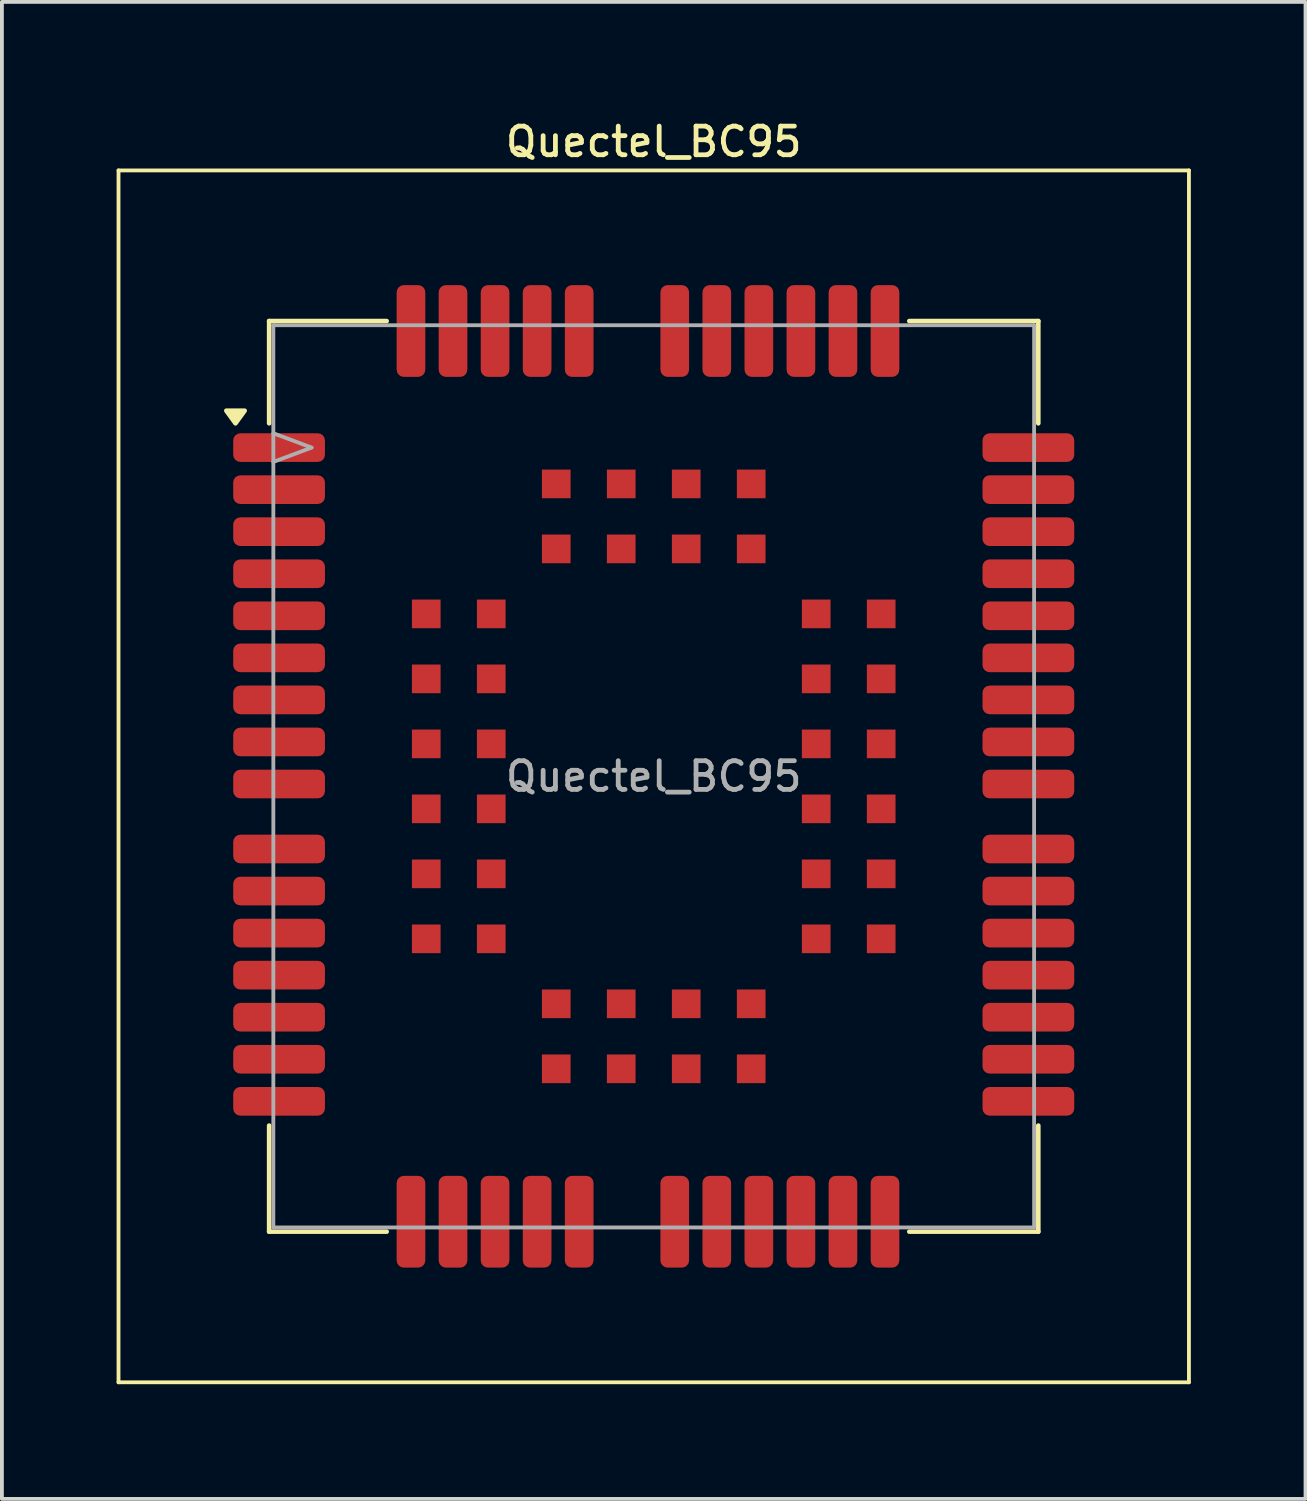
<source format=kicad_pcb>
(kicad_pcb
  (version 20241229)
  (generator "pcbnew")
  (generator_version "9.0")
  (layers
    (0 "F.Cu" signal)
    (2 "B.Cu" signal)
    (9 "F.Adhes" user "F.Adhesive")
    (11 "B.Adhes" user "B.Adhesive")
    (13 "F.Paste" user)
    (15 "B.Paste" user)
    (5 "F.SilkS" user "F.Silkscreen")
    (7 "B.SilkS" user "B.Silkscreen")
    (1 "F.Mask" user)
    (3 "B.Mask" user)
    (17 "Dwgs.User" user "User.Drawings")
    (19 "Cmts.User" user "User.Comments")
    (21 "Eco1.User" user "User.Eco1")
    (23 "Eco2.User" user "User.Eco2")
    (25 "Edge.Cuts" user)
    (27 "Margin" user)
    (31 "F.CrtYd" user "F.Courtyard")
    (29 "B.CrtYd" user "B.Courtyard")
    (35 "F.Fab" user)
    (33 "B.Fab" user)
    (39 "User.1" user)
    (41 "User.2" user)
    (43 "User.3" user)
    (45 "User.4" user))
  (footprint "Quectel_BC95"
    (layer "F.Cu")
    (at 14.05 17.258)
    (property "Reference" "Quectel_BC95" (at 0 -16.6 0) (unlocked yes) (layer "F.SilkS") (effects (font (size 0.75 0.75) (thickness 0.125))))
    (attr smd)
    (fp_line (start -14 -15.85) (end -14 15.85) (stroke (width 0.1) (type solid)) (layer "F.SilkS"))
    (fp_line (start -14 -15.85) (end 14 -15.85) (stroke (width 0.1) (type solid)) (layer "F.SilkS"))
    (fp_line (start -14 15.85) (end 14 15.85) (stroke (width 0.1) (type solid)) (layer "F.SilkS"))
    (fp_line (start -10.06 -11.91) (end -10.06 -9.235) (stroke (width 0.12) (type solid)) (layer "F.SilkS"))
    (fp_line (start -10.06 -11.91) (end -6.985 -11.91) (stroke (width 0.12) (type solid)) (layer "F.SilkS"))
    (fp_line (start -10.06 9.135) (end -10.06 11.91) (stroke (width 0.12) (type solid)) (layer "F.SilkS"))
    (fp_line (start -10.06 11.91) (end -6.985 11.91) (stroke (width 0.12) (type solid)) (layer "F.SilkS"))
    (fp_line (start 6.685 -11.91) (end 10.06 -11.91) (stroke (width 0.12) (type solid)) (layer "F.SilkS"))
    (fp_line (start 6.685 11.91) (end 10.06 11.91) (stroke (width 0.12) (type solid)) (layer "F.SilkS"))
    (fp_line (start 10.06 -11.91) (end 10.06 -9.235) (stroke (width 0.12) (type solid)) (layer "F.SilkS"))
    (fp_line (start 10.06 11.91) (end 10.06 9.135) (stroke (width 0.12) (type solid)) (layer "F.SilkS"))
    (fp_line (start 14 -15.85) (end 14 15.85) (stroke (width 0.1) (type solid)) (layer "F.SilkS"))
    (fp_poly (pts (xy -10.94 -9.235) (xy -11.18 -9.565) (xy -10.7 -9.565) (xy -10.94 -9.235)) (stroke (width 0.12) (type solid)) (fill yes) (layer "F.SilkS"))
    (fp_line (start -9.95 -11.8) (end -9.95 11.8) (stroke (width 0.1) (type solid)) (layer "F.Fab"))
    (fp_line (start -9.95 -11.8) (end 9.95 -11.8) (stroke (width 0.1) (type solid)) (layer "F.Fab"))
    (fp_line (start -9.95 -8.975) (end -8.95 -8.6) (stroke (width 0.1) (type solid)) (layer "F.Fab"))
    (fp_line (start -9.95 11.8) (end 9.95 11.8) (stroke (width 0.1) (type solid)) (layer "F.Fab"))
    (fp_line (start -8.95 -8.6) (end -9.95 -8.225) (stroke (width 0.1) (type solid)) (layer "F.Fab"))
    (fp_line (start 9.95 -11.8) (end 9.95 11.8) (stroke (width 0.1) (type solid)) (layer "F.Fab"))
    (fp_text user "${REFERENCE}" (at 0 0 0) (layer "F.Fab") (effects (font (size 0.75 0.75) (thickness 0.125))))
    (pad "" smd roundrect (at -10.1 -8.6) (size 2.6 0.637) (layers "F.Paste") (roundrect_rratio 0.25))
    (pad "" smd roundrect (at -10.1 -7.5) (size 2.6 0.637) (layers "F.Paste") (roundrect_rratio 0.25))
    (pad "" smd roundrect (at -10.1 -6.4) (size 2.6 0.637) (layers "F.Paste") (roundrect_rratio 0.25))
    (pad "" smd roundrect (at -10.1 -5.3) (size 2.6 0.637) (layers "F.Paste") (roundrect_rratio 0.25))
    (pad "" smd roundrect (at -10.1 -4.2) (size 2.6 0.637) (layers "F.Paste") (roundrect_rratio 0.25))
    (pad "" smd roundrect (at -10.1 -3.1) (size 2.6 0.637) (layers "F.Paste") (roundrect_rratio 0.25))
    (pad "" smd roundrect (at -10.1 -2) (size 2.6 0.637) (layers "F.Paste") (roundrect_rratio 0.25))
    (pad "" smd roundrect (at -10.1 -0.9) (size 2.6 0.637) (layers "F.Paste") (roundrect_rratio 0.25))
    (pad "" smd roundrect (at -10.1 0.2) (size 2.6 0.637) (layers "F.Paste") (roundrect_rratio 0.25))
    (pad "" smd roundrect (at -10.1 1.9) (size 2.6 0.637) (layers "F.Paste") (roundrect_rratio 0.25))
    (pad "" smd roundrect (at -10.1 3) (size 2.6 0.637) (layers "F.Paste") (roundrect_rratio 0.25))
    (pad "" smd roundrect (at -10.1 4.1) (size 2.6 0.637) (layers "F.Paste") (roundrect_rratio 0.25))
    (pad "" smd roundrect (at -10.1 5.2) (size 2.6 0.637) (layers "F.Paste") (roundrect_rratio 0.25))
    (pad "" smd roundrect (at -10.1 6.3) (size 2.6 0.637) (layers "F.Paste") (roundrect_rratio 0.25))
    (pad "" smd roundrect (at -10.1 7.4) (size 2.6 0.637) (layers "F.Paste") (roundrect_rratio 0.25))
    (pad "" smd roundrect (at -10.1 8.5) (size 2.6 0.637) (layers "F.Paste") (roundrect_rratio 0.25))
    (pad "" smd roundrect (at -6.35 -11.95 90) (size 2.6 0.637) (layers "F.Paste") (roundrect_rratio 0.25))
    (pad "" smd roundrect (at -6.35 11.95 90) (size 2.6 0.637) (layers "F.Paste") (roundrect_rratio 0.25))
    (pad "" smd circle (at -5.95 -4.25) (size 0.9 0.9) (layers "F.Paste"))
    (pad "" smd circle (at -5.95 -2.55) (size 0.9 0.9) (layers "F.Paste"))
    (pad "" smd circle (at -5.95 -0.85) (size 0.9 0.9) (layers "F.Paste"))
    (pad "" smd circle (at -5.95 0.85) (size 0.9 0.9) (layers "F.Paste"))
    (pad "" smd circle (at -5.95 2.55) (size 0.9 0.9) (layers "F.Paste"))
    (pad "" smd circle (at -5.95 4.25) (size 0.9 0.9) (layers "F.Paste"))
    (pad "" smd roundrect (at -5.25 -11.95 90) (size 2.6 0.637) (layers "F.Paste") (roundrect_rratio 0.25))
    (pad "" smd roundrect (at -5.25 11.95 90) (size 2.6 0.637) (layers "F.Paste") (roundrect_rratio 0.25))
    (pad "" smd circle (at -4.25 -4.25) (size 0.9 0.9) (layers "F.Paste"))
    (pad "" smd circle (at -4.25 -2.55) (size 0.9 0.9) (layers "F.Paste"))
    (pad "" smd circle (at -4.25 -0.85) (size 0.9 0.9) (layers "F.Paste"))
    (pad "" smd circle (at -4.25 0.85) (size 0.9 0.9) (layers "F.Paste"))
    (pad "" smd circle (at -4.25 2.55) (size 0.9 0.9) (layers "F.Paste"))
    (pad "" smd circle (at -4.25 4.25) (size 0.9 0.9) (layers "F.Paste"))
    (pad "" smd roundrect (at -4.15 -11.95 90) (size 2.6 0.637) (layers "F.Paste") (roundrect_rratio 0.25))
    (pad "" smd roundrect (at -4.15 11.95 90) (size 2.6 0.637) (layers "F.Paste") (roundrect_rratio 0.25))
    (pad "" smd roundrect (at -3.05 -11.95 90) (size 2.6 0.637) (layers "F.Paste") (roundrect_rratio 0.25))
    (pad "" smd roundrect (at -3.05 11.95 90) (size 2.6 0.637) (layers "F.Paste") (roundrect_rratio 0.25))
    (pad "" smd circle (at -2.55 -7.65) (size 0.9 0.9) (layers "F.Paste"))
    (pad "" smd circle (at -2.55 -5.95) (size 0.9 0.9) (layers "F.Paste"))
    (pad "" smd circle (at -2.55 5.95) (size 0.9 0.9) (layers "F.Paste"))
    (pad "" smd circle (at -2.55 7.65) (size 0.9 0.9) (layers "F.Paste"))
    (pad "" smd roundrect (at -1.95 -11.95 90) (size 2.6 0.637) (layers "F.Paste") (roundrect_rratio 0.25))
    (pad "" smd roundrect (at -1.95 11.95 90) (size 2.6 0.637) (layers "F.Paste") (roundrect_rratio 0.25))
    (pad "" smd circle (at -0.85 -7.65) (size 0.9 0.9) (layers "F.Paste"))
    (pad "" smd circle (at -0.85 -5.95) (size 0.9 0.9) (layers "F.Paste"))
    (pad "" smd circle (at -0.85 5.95) (size 0.9 0.9) (layers "F.Paste"))
    (pad "" smd circle (at -0.85 7.65) (size 0.9 0.9) (layers "F.Paste"))
    (pad "" smd roundrect (at 0.55 -11.95 90) (size 2.6 0.637) (layers "F.Paste") (roundrect_rratio 0.25))
    (pad "" smd roundrect (at 0.55 11.95 90) (size 2.6 0.637) (layers "F.Paste") (roundrect_rratio 0.25))
    (pad "" smd circle (at 0.85 -7.65) (size 0.9 0.9) (layers "F.Paste"))
    (pad "" smd circle (at 0.85 -5.95) (size 0.9 0.9) (layers "F.Paste"))
    (pad "" smd circle (at 0.85 5.95) (size 0.9 0.9) (layers "F.Paste"))
    (pad "" smd circle (at 0.85 7.65) (size 0.9 0.9) (layers "F.Paste"))
    (pad "" smd roundrect (at 1.65 -11.95 90) (size 2.6 0.637) (layers "F.Paste") (roundrect_rratio 0.25))
    (pad "" smd roundrect (at 1.65 11.95 90) (size 2.6 0.637) (layers "F.Paste") (roundrect_rratio 0.25))
    (pad "" smd circle (at 2.55 -7.65) (size 0.9 0.9) (layers "F.Paste"))
    (pad "" smd circle (at 2.55 -5.95) (size 0.9 0.9) (layers "F.Paste"))
    (pad "" smd circle (at 2.55 5.95) (size 0.9 0.9) (layers "F.Paste"))
    (pad "" smd circle (at 2.55 7.65) (size 0.9 0.9) (layers "F.Paste"))
    (pad "" smd roundrect (at 2.75 -11.95 90) (size 2.6 0.637) (layers "F.Paste") (roundrect_rratio 0.25))
    (pad "" smd roundrect (at 2.75 11.95 90) (size 2.6 0.637) (layers "F.Paste") (roundrect_rratio 0.25))
    (pad "" smd roundrect (at 3.85 -11.95 90) (size 2.6 0.637) (layers "F.Paste") (roundrect_rratio 0.25))
    (pad "" smd roundrect (at 3.85 11.95 90) (size 2.6 0.637) (layers "F.Paste") (roundrect_rratio 0.25))
    (pad "" smd circle (at 4.25 -4.25) (size 0.9 0.9) (layers "F.Paste"))
    (pad "" smd circle (at 4.25 -2.55) (size 0.9 0.9) (layers "F.Paste"))
    (pad "" smd circle (at 4.25 -0.85) (size 0.9 0.9) (layers "F.Paste"))
    (pad "" smd circle (at 4.25 0.85) (size 0.9 0.9) (layers "F.Paste"))
    (pad "" smd circle (at 4.25 2.55) (size 0.9 0.9) (layers "F.Paste"))
    (pad "" smd circle (at 4.25 4.25) (size 0.9 0.9) (layers "F.Paste"))
    (pad "" smd roundrect (at 4.95 -11.95 90) (size 2.6 0.637) (layers "F.Paste") (roundrect_rratio 0.25))
    (pad "" smd roundrect (at 4.95 11.95 90) (size 2.6 0.637) (layers "F.Paste") (roundrect_rratio 0.25))
    (pad "" smd circle (at 5.95 -4.25) (size 0.9 0.9) (layers "F.Paste"))
    (pad "" smd circle (at 5.95 -2.55) (size 0.9 0.9) (layers "F.Paste"))
    (pad "" smd circle (at 5.95 -0.85) (size 0.9 0.9) (layers "F.Paste"))
    (pad "" smd circle (at 5.95 0.85) (size 0.9 0.9) (layers "F.Paste"))
    (pad "" smd circle (at 5.95 2.55) (size 0.9 0.9) (layers "F.Paste"))
    (pad "" smd circle (at 5.95 4.25) (size 0.9 0.9) (layers "F.Paste"))
    (pad "" smd roundrect (at 6.05 -11.95 90) (size 2.6 0.637) (layers "F.Paste") (roundrect_rratio 0.25))
    (pad "" smd roundrect (at 6.05 11.95 90) (size 2.6 0.637) (layers "F.Paste") (roundrect_rratio 0.25))
    (pad "" smd roundrect (at 10.1 -8.6) (size 2.6 0.637) (layers "F.Paste") (roundrect_rratio 0.25))
    (pad "" smd roundrect (at 10.1 -7.5) (size 2.6 0.637) (layers "F.Paste") (roundrect_rratio 0.25))
    (pad "" smd roundrect (at 10.1 -6.4) (size 2.6 0.637) (layers "F.Paste") (roundrect_rratio 0.25))
    (pad "" smd roundrect (at 10.1 -5.3) (size 2.6 0.637) (layers "F.Paste") (roundrect_rratio 0.25))
    (pad "" smd roundrect (at 10.1 -4.2) (size 2.6 0.637) (layers "F.Paste") (roundrect_rratio 0.25))
    (pad "" smd roundrect (at 10.1 -3.1) (size 2.6 0.637) (layers "F.Paste") (roundrect_rratio 0.25))
    (pad "" smd roundrect (at 10.1 -2) (size 2.6 0.637) (layers "F.Paste") (roundrect_rratio 0.25))
    (pad "" smd roundrect (at 10.1 -0.9) (size 2.6 0.637) (layers "F.Paste") (roundrect_rratio 0.25))
    (pad "" smd roundrect (at 10.1 0.2) (size 2.6 0.637) (layers "F.Paste") (roundrect_rratio 0.25))
    (pad "" smd roundrect (at 10.1 1.9) (size 2.6 0.637) (layers "F.Paste") (roundrect_rratio 0.25))
    (pad "" smd roundrect (at 10.1 3) (size 2.6 0.637) (layers "F.Paste") (roundrect_rratio 0.25))
    (pad "" smd roundrect (at 10.1 4.1) (size 2.6 0.637) (layers "F.Paste") (roundrect_rratio 0.25))
    (pad "" smd roundrect (at 10.1 5.2) (size 2.6 0.637) (layers "F.Paste") (roundrect_rratio 0.25))
    (pad "" smd roundrect (at 10.1 6.3) (size 2.6 0.637) (layers "F.Paste") (roundrect_rratio 0.25))
    (pad "" smd roundrect (at 10.1 7.4) (size 2.6 0.637) (layers "F.Paste") (roundrect_rratio 0.25))
    (pad "" smd roundrect (at 10.1 8.5) (size 2.6 0.637) (layers "F.Paste") (roundrect_rratio 0.25))
    (pad "1" smd roundrect (at -9.8 -8.6) (size 2.4 0.75) (layers "F.Cu" "F.Mask") (roundrect_rratio 0.25))
    (pad "2" smd roundrect (at -9.8 -7.5) (size 2.4 0.75) (layers "F.Cu" "F.Mask") (roundrect_rratio 0.25))
    (pad "3" smd roundrect (at -9.8 -6.4) (size 2.4 0.75) (layers "F.Cu" "F.Mask") (roundrect_rratio 0.25))
    (pad "4" smd roundrect (at -9.8 -5.3) (size 2.4 0.75) (layers "F.Cu" "F.Mask") (roundrect_rratio 0.25))
    (pad "5" smd roundrect (at -9.8 -4.2) (size 2.4 0.75) (layers "F.Cu" "F.Mask") (roundrect_rratio 0.25))
    (pad "6" smd roundrect (at -9.8 -3.1) (size 2.4 0.75) (layers "F.Cu" "F.Mask") (roundrect_rratio 0.25))
    (pad "7" smd roundrect (at -9.8 -2) (size 2.4 0.75) (layers "F.Cu" "F.Mask") (roundrect_rratio 0.25))
    (pad "8" smd roundrect (at -9.8 -0.9) (size 2.4 0.75) (layers "F.Cu" "F.Mask") (roundrect_rratio 0.25))
    (pad "9" smd roundrect (at -9.8 0.2) (size 2.4 0.75) (layers "F.Cu" "F.Mask") (roundrect_rratio 0.25))
    (pad "10" smd roundrect (at -9.8 1.9) (size 2.4 0.75) (layers "F.Cu" "F.Mask") (roundrect_rratio 0.25))
    (pad "11" smd roundrect (at -9.8 3) (size 2.4 0.75) (layers "F.Cu" "F.Mask") (roundrect_rratio 0.25))
    (pad "12" smd roundrect (at -9.8 4.1) (size 2.4 0.75) (layers "F.Cu" "F.Mask") (roundrect_rratio 0.25))
    (pad "13" smd roundrect (at -9.8 5.2) (size 2.4 0.75) (layers "F.Cu" "F.Mask") (roundrect_rratio 0.25))
    (pad "14" smd roundrect (at -9.8 6.3) (size 2.4 0.75) (layers "F.Cu" "F.Mask") (roundrect_rratio 0.25))
    (pad "15" smd roundrect (at -9.8 7.4) (size 2.4 0.75) (layers "F.Cu" "F.Mask") (roundrect_rratio 0.25))
    (pad "16" smd roundrect (at -9.8 8.5) (size 2.4 0.75) (layers "F.Cu" "F.Mask") (roundrect_rratio 0.25))
    (pad "17" smd roundrect (at -6.35 11.65) (size 0.75 2.4) (layers "F.Cu" "F.Mask") (roundrect_rratio 0.25))
    (pad "18" smd roundrect (at -5.25 11.65) (size 0.75 2.4) (layers "F.Cu" "F.Mask") (roundrect_rratio 0.25))
    (pad "19" smd roundrect (at -4.15 11.65) (size 0.75 2.4) (layers "F.Cu" "F.Mask") (roundrect_rratio 0.25))
    (pad "20" smd roundrect (at -3.05 11.65) (size 0.75 2.4) (layers "F.Cu" "F.Mask") (roundrect_rratio 0.25))
    (pad "21" smd roundrect (at -1.95 11.65) (size 0.75 2.4) (layers "F.Cu" "F.Mask") (roundrect_rratio 0.25))
    (pad "22" smd roundrect (at 0.55 11.65) (size 0.75 2.4) (layers "F.Cu" "F.Mask") (roundrect_rratio 0.25))
    (pad "23" smd roundrect (at 1.65 11.65) (size 0.75 2.4) (layers "F.Cu" "F.Mask") (roundrect_rratio 0.25))
    (pad "24" smd roundrect (at 2.75 11.65) (size 0.75 2.4) (layers "F.Cu" "F.Mask") (roundrect_rratio 0.25))
    (pad "25" smd roundrect (at 3.85 11.65) (size 0.75 2.4) (layers "F.Cu" "F.Mask") (roundrect_rratio 0.25))
    (pad "26" smd roundrect (at 4.95 11.65) (size 0.75 2.4) (layers "F.Cu" "F.Mask") (roundrect_rratio 0.25))
    (pad "27" smd roundrect (at 6.05 11.65) (size 0.75 2.4) (layers "F.Cu" "F.Mask") (roundrect_rratio 0.25))
    (pad "28" smd roundrect (at 9.8 8.5) (size 2.4 0.75) (layers "F.Cu" "F.Mask") (roundrect_rratio 0.25))
    (pad "29" smd roundrect (at 9.8 7.4) (size 2.4 0.75) (layers "F.Cu" "F.Mask") (roundrect_rratio 0.25))
    (pad "30" smd roundrect (at 9.8 6.3) (size 2.4 0.75) (layers "F.Cu" "F.Mask") (roundrect_rratio 0.25))
    (pad "31" smd roundrect (at 9.8 5.2) (size 2.4 0.75) (layers "F.Cu" "F.Mask") (roundrect_rratio 0.25))
    (pad "32" smd roundrect (at 9.8 4.1) (size 2.4 0.75) (layers "F.Cu" "F.Mask") (roundrect_rratio 0.25))
    (pad "33" smd roundrect (at 9.8 3) (size 2.4 0.75) (layers "F.Cu" "F.Mask") (roundrect_rratio 0.25))
    (pad "34" smd roundrect (at 9.8 1.9) (size 2.4 0.75) (layers "F.Cu" "F.Mask") (roundrect_rratio 0.25))
    (pad "35" smd roundrect (at 9.8 0.2) (size 2.4 0.75) (layers "F.Cu" "F.Mask") (roundrect_rratio 0.25))
    (pad "36" smd roundrect (at 9.8 -0.9) (size 2.4 0.75) (layers "F.Cu" "F.Mask") (roundrect_rratio 0.25))
    (pad "37" smd roundrect (at 9.8 -2) (size 2.4 0.75) (layers "F.Cu" "F.Mask") (roundrect_rratio 0.25))
    (pad "38" smd roundrect (at 9.8 -3.1) (size 2.4 0.75) (layers "F.Cu" "F.Mask") (roundrect_rratio 0.25))
    (pad "39" smd roundrect (at 9.8 -4.2) (size 2.4 0.75) (layers "F.Cu" "F.Mask") (roundrect_rratio 0.25))
    (pad "40" smd roundrect (at 9.8 -5.3) (size 2.4 0.75) (layers "F.Cu" "F.Mask") (roundrect_rratio 0.25))
    (pad "41" smd roundrect (at 9.8 -6.4) (size 2.4 0.75) (layers "F.Cu" "F.Mask") (roundrect_rratio 0.25))
    (pad "42" smd roundrect (at 9.8 -7.5) (size 2.4 0.75) (layers "F.Cu" "F.Mask") (roundrect_rratio 0.25))
    (pad "43" smd roundrect (at 9.8 -8.6) (size 2.4 0.75) (layers "F.Cu" "F.Mask") (roundrect_rratio 0.25))
    (pad "44" smd roundrect (at 6.05 -11.65) (size 0.75 2.4) (layers "F.Cu" "F.Mask") (roundrect_rratio 0.25))
    (pad "45" smd roundrect (at 4.95 -11.65) (size 0.75 2.4) (layers "F.Cu" "F.Mask") (roundrect_rratio 0.25))
    (pad "46" smd roundrect (at 3.85 -11.65) (size 0.75 2.4) (layers "F.Cu" "F.Mask") (roundrect_rratio 0.25))
    (pad "47" smd roundrect (at 2.75 -11.65) (size 0.75 2.4) (layers "F.Cu" "F.Mask") (roundrect_rratio 0.25))
    (pad "48" smd roundrect (at 1.65 -11.65) (size 0.75 2.4) (layers "F.Cu" "F.Mask") (roundrect_rratio 0.25))
    (pad "49" smd roundrect (at 0.55 -11.65) (size 0.75 2.4) (layers "F.Cu" "F.Mask") (roundrect_rratio 0.25))
    (pad "50" smd roundrect (at -1.95 -11.65) (size 0.75 2.4) (layers "F.Cu" "F.Mask") (roundrect_rratio 0.25))
    (pad "51" smd roundrect (at -3.05 -11.65) (size 0.75 2.4) (layers "F.Cu" "F.Mask") (roundrect_rratio 0.25))
    (pad "52" smd roundrect (at -4.15 -11.65) (size 0.75 2.4) (layers "F.Cu" "F.Mask") (roundrect_rratio 0.25))
    (pad "53" smd roundrect (at -5.25 -11.65) (size 0.75 2.4) (layers "F.Cu" "F.Mask") (roundrect_rratio 0.25))
    (pad "54" smd roundrect (at -6.35 -11.65) (size 0.75 2.4) (layers "F.Cu" "F.Mask") (roundrect_rratio 0.25))
    (pad "55" smd rect (at -5.95 -4.25) (size 0.75 0.75) (layers "F.Cu" "F.Mask"))
    (pad "56" smd rect (at -5.95 -2.55) (size 0.75 0.75) (layers "F.Cu" "F.Mask"))
    (pad "57" smd rect (at -5.95 -0.85) (size 0.75 0.75) (layers "F.Cu" "F.Mask"))
    (pad "58" smd rect (at -5.95 0.85) (size 0.75 0.75) (layers "F.Cu" "F.Mask"))
    (pad "59" smd rect (at -5.95 2.55) (size 0.75 0.75) (layers "F.Cu" "F.Mask"))
    (pad "60" smd rect (at -5.95 4.25) (size 0.75 0.75) (layers "F.Cu" "F.Mask"))
    (pad "61" smd rect (at -2.55 7.65) (size 0.75 0.75) (layers "F.Cu" "F.Mask"))
    (pad "62" smd rect (at -0.85 7.65) (size 0.75 0.75) (layers "F.Cu" "F.Mask"))
    (pad "63" smd rect (at 0.85 7.65) (size 0.75 0.75) (layers "F.Cu" "F.Mask"))
    (pad "64" smd rect (at 2.55 7.65) (size 0.75 0.75) (layers "F.Cu" "F.Mask"))
    (pad "65" smd rect (at 5.95 4.25) (size 0.75 0.75) (layers "F.Cu" "F.Mask"))
    (pad "66" smd rect (at 5.95 2.55) (size 0.75 0.75) (layers "F.Cu" "F.Mask"))
    (pad "67" smd rect (at 5.95 0.85) (size 0.75 0.75) (layers "F.Cu" "F.Mask"))
    (pad "68" smd rect (at 5.95 -0.85) (size 0.75 0.75) (layers "F.Cu" "F.Mask"))
    (pad "69" smd rect (at 5.95 -2.55) (size 0.75 0.75) (layers "F.Cu" "F.Mask"))
    (pad "70" smd rect (at 5.95 -4.25) (size 0.75 0.75) (layers "F.Cu" "F.Mask"))
    (pad "71" smd rect (at 2.55 -7.65) (size 0.75 0.75) (layers "F.Cu" "F.Mask"))
    (pad "72" smd rect (at 0.85 -7.65) (size 0.75 0.75) (layers "F.Cu" "F.Mask"))
    (pad "73" smd rect (at -0.85 -7.65) (size 0.75 0.75) (layers "F.Cu" "F.Mask"))
    (pad "74" smd rect (at -2.55 -7.65) (size 0.75 0.75) (layers "F.Cu" "F.Mask"))
    (pad "75" smd rect (at -4.25 -4.25) (size 0.75 0.75) (layers "F.Cu" "F.Mask"))
    (pad "76" smd rect (at -4.25 -2.55) (size 0.75 0.75) (layers "F.Cu" "F.Mask"))
    (pad "77" smd rect (at -4.25 -0.85) (size 0.75 0.75) (layers "F.Cu" "F.Mask"))
    (pad "78" smd rect (at -4.25 0.85) (size 0.75 0.75) (layers "F.Cu" "F.Mask"))
    (pad "79" smd rect (at -4.25 2.55) (size 0.75 0.75) (layers "F.Cu" "F.Mask"))
    (pad "80" smd rect (at -4.25 4.25) (size 0.75 0.75) (layers "F.Cu" "F.Mask"))
    (pad "81" smd rect (at -2.55 5.95) (size 0.75 0.75) (layers "F.Cu" "F.Mask"))
    (pad "82" smd rect (at -0.85 5.95) (size 0.75 0.75) (layers "F.Cu" "F.Mask"))
    (pad "83" smd rect (at 0.85 5.95) (size 0.75 0.75) (layers "F.Cu" "F.Mask"))
    (pad "84" smd rect (at 2.55 5.95) (size 0.75 0.75) (layers "F.Cu" "F.Mask"))
    (pad "85" smd rect (at 4.25 4.25) (size 0.75 0.75) (layers "F.Cu" "F.Mask"))
    (pad "86" smd rect (at 4.25 2.55) (size 0.75 0.75) (layers "F.Cu" "F.Mask"))
    (pad "87" smd rect (at 4.25 0.85) (size 0.75 0.75) (layers "F.Cu" "F.Mask"))
    (pad "88" smd rect (at 4.25 -0.85) (size 0.75 0.75) (layers "F.Cu" "F.Mask"))
    (pad "89" smd rect (at 4.25 -2.55) (size 0.75 0.75) (layers "F.Cu" "F.Mask"))
    (pad "90" smd rect (at 4.25 -4.25) (size 0.75 0.75) (layers "F.Cu" "F.Mask"))
    (pad "91" smd rect (at 2.55 -5.95) (size 0.75 0.75) (layers "F.Cu" "F.Mask"))
    (pad "92" smd rect (at 0.85 -5.95) (size 0.75 0.75) (layers "F.Cu" "F.Mask"))
    (pad "93" smd rect (at -0.85 -5.95) (size 0.75 0.75) (layers "F.Cu" "F.Mask"))
    (pad "94" smd rect (at -2.55 -5.95) (size 0.75 0.75) (layers "F.Cu" "F.Mask")))
  (gr_rect
    (start -3 -3)
    (end 31.1 36.158)
    (stroke (width 0.1) (type default))
    (fill no)
    (layer "Edge.Cuts")))
</source>
